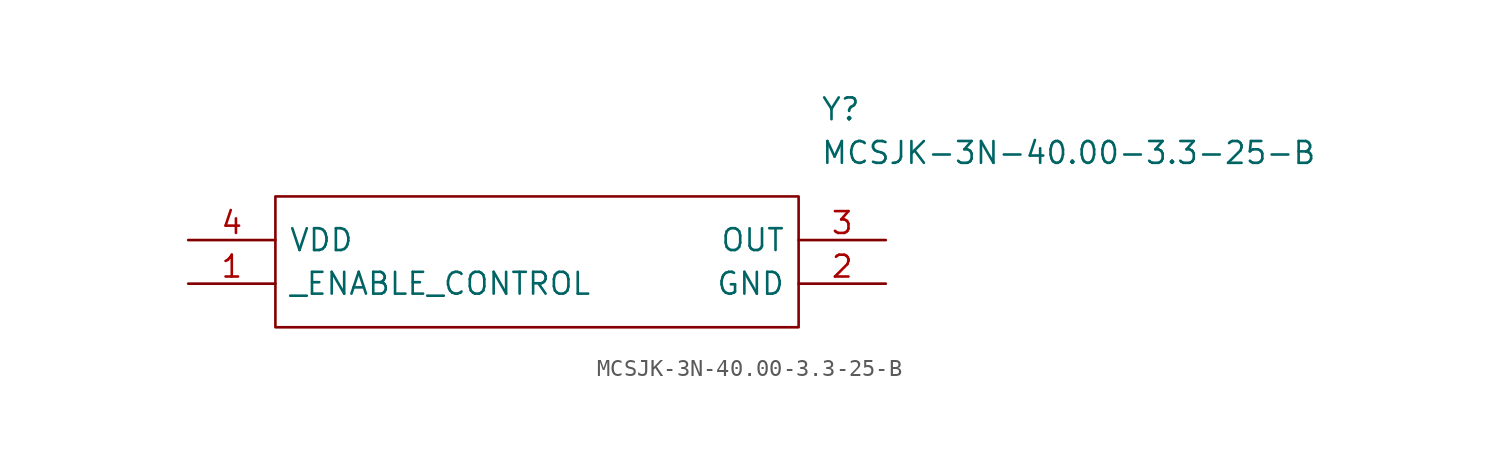
<source format=kicad_sym>
(kicad_symbol_lib
  (version 20211014)
  (generator kicad_symbol_editor)
  (symbol "MCSJK-3N-40.00-3.3-25-B"
    (pin_names
      (offset 0.762))
    (property "Reference" "Y"
      (at 36.83 7.62 0)
      (effects (font (size 1.27 1.27)) (justify left)))
    (property "Value" "MCSJK-3N-40.00-3.3-25-B"
      (at 36.83 5.08 0)
      (effects (font (size 1.27 1.27)) (justify left)))
    (symbol "MCSJK-3N-40.00-3.3-25-B_0_0"
      (pin passive line (at 0 -2.54 0) (length 5.08) (name "_ENABLE_CONTROL" (effects (font (size 1.27 1.27)))) (number "1" (effects (font (size 1.27 1.27)))))
      (pin passive line (at 40.64 -2.54 180) (length 5.08) (name "GND" (effects (font (size 1.27 1.27)))) (number "2" (effects (font (size 1.27 1.27)))))
      (pin passive line (at 40.64 0 180) (length 5.08) (name "OUT" (effects (font (size 1.27 1.27)))) (number "3" (effects (font (size 1.27 1.27)))))
      (pin passive line (at 0 0 0) (length 5.08) (name "VDD" (effects (font (size 1.27 1.27)))) (number "4" (effects (font (size 1.27 1.27))))))
    (symbol "MCSJK-3N-40.00-3.3-25-B_0_1"
      (polyline (pts (xy 5.08 2.54) (xy 35.56 2.54) (xy 35.56 -5.08) (xy 5.08 -5.08) (xy 5.08 2.54)) (stroke (width 0.152) (type default) (color 0 0 0 0)) (fill (type none))))))
</source>
